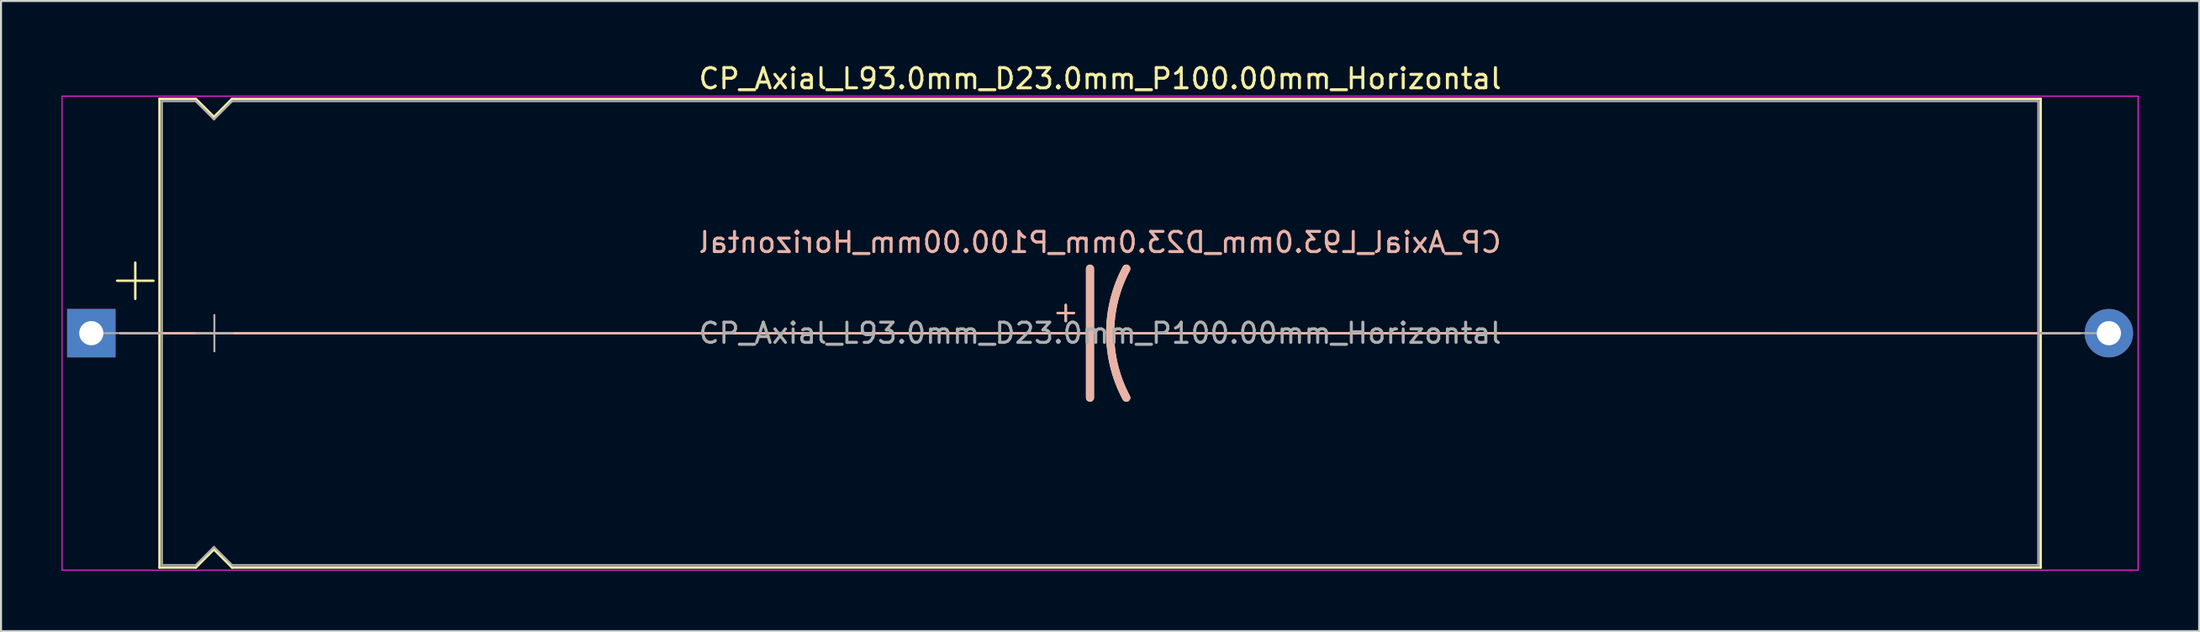
<source format=kicad_pcb>
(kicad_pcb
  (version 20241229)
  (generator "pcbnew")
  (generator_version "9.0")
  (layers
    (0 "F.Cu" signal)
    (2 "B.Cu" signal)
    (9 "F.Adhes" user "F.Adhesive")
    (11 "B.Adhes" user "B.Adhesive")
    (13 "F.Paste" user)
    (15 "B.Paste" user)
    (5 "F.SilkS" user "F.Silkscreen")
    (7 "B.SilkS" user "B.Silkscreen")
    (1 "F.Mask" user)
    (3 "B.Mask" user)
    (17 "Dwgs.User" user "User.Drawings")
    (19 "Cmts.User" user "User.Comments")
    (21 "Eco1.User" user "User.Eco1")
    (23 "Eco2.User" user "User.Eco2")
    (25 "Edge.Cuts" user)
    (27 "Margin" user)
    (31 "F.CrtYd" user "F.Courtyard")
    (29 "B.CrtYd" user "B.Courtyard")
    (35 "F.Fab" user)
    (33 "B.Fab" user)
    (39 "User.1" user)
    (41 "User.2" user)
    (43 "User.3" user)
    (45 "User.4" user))
  (footprint "CP_Axial_L93.0mm_D23.0mm_P100.00mm_Horizontal"
    (layer "F.Cu")
    (at 1.475 13.468)
    (property "Reference" "CP_Axial_L93.0mm_D23.0mm_P100.00mm_Horizontal" (at 50 -12.62 0) (layer "F.SilkS") (effects (font (size 1 1) (thickness 0.15))))
    (fp_line (start 1.28 -2.6) (end 3.08 -2.6) (stroke (width 0.12) (type solid)) (layer "F.SilkS"))
    (fp_line (start 1.44 0) (end 3.38 0) (stroke (width 0.12) (type solid)) (layer "F.SilkS"))
    (fp_line (start 2.18 -3.5) (end 2.18 -1.7) (stroke (width 0.12) (type solid)) (layer "F.SilkS"))
    (fp_line (start 3.38 -11.62) (end 3.38 11.62) (stroke (width 0.12) (type solid)) (layer "F.SilkS"))
    (fp_line (start 3.38 -11.62) (end 5.18 -11.62) (stroke (width 0.12) (type solid)) (layer "F.SilkS"))
    (fp_line (start 3.38 0) (end 49.5 0) (stroke (width 0.12) (type solid)) (layer "F.SilkS"))
    (fp_line (start 3.38 11.62) (end 5.18 11.62) (stroke (width 0.12) (type solid)) (layer "F.SilkS"))
    (fp_line (start 5.18 -11.62) (end 6.08 -10.72) (stroke (width 0.12) (type solid)) (layer "F.SilkS"))
    (fp_line (start 5.18 11.62) (end 6.08 10.72) (stroke (width 0.12) (type solid)) (layer "F.SilkS"))
    (fp_line (start 6.08 -10.72) (end 6.98 -11.62) (stroke (width 0.12) (type solid)) (layer "F.SilkS"))
    (fp_line (start 6.08 10.72) (end 6.98 11.62) (stroke (width 0.12) (type solid)) (layer "F.SilkS"))
    (fp_line (start 6.98 -11.62) (end 96.62 -11.62) (stroke (width 0.12) (type solid)) (layer "F.SilkS"))
    (fp_line (start 6.98 11.62) (end 96.62 11.62) (stroke (width 0.12) (type solid)) (layer "F.SilkS"))
    (fp_line (start 47.9 -1) (end 48.7 -1) (stroke (width 0.12) (type solid)) (layer "F.SilkS"))
    (fp_line (start 48.3 -1.4) (end 48.3 -0.6) (stroke (width 0.12) (type solid)) (layer "F.SilkS"))
    (fp_line (start 49.5 0) (end 49.5 -3.2) (stroke (width 0.4) (type solid)) (layer "F.SilkS"))
    (fp_line (start 49.5 0) (end 49.5 3.2) (stroke (width 0.4) (type solid)) (layer "F.SilkS"))
    (fp_line (start 96.62 -11.62) (end 96.62 11.62) (stroke (width 0.12) (type solid)) (layer "F.SilkS"))
    (fp_line (start 96.62 0) (end 50.5 0) (stroke (width 0.12) (type solid)) (layer "F.SilkS"))
    (fp_line (start 98.56 0) (end 96.62 0) (stroke (width 0.12) (type solid)) (layer "F.SilkS"))
    (fp_arc (start 50.5 0) (mid 50.703545 -1.649114) (end 51.3 -3.2) (stroke (width 0.4) (type solid)) (layer "F.SilkS"))
    (fp_arc (start 51.3 3.2) (mid 50.700704 1.649824) (end 50.5 0) (stroke (width 0.4) (type solid)) (layer "F.SilkS"))
    (fp_line (start 1.5 0) (end 16.38 0) (stroke (width 0.12) (type solid)) (layer "B.SilkS"))
    (fp_line (start 3.38 0) (end 49.5 0) (stroke (width 0.12) (type solid)) (layer "B.SilkS"))
    (fp_line (start 47.9 -1) (end 48.7 -1) (stroke (width 0.12) (type solid)) (layer "B.SilkS"))
    (fp_line (start 48.3 -0.6) (end 48.3 -1.4) (stroke (width 0.12) (type solid)) (layer "B.SilkS"))
    (fp_line (start 49.5 0) (end 49.5 -3.2) (stroke (width 0.4) (type solid)) (layer "B.SilkS"))
    (fp_line (start 49.5 0) (end 49.5 3.2) (stroke (width 0.4) (type solid)) (layer "B.SilkS"))
    (fp_line (start 96.62 0) (end 50.5 0) (stroke (width 0.12) (type solid)) (layer "B.SilkS"))
    (fp_line (start 98.5 0) (end 83.62 0) (stroke (width 0.12) (type solid)) (layer "B.SilkS"))
    (fp_arc (start 50.5 0) (mid 50.700703 -1.649824) (end 51.3 -3.2) (stroke (width 0.4) (type solid)) (layer "B.SilkS"))
    (fp_arc (start 51.3 3.2) (mid 50.703544 1.649114) (end 50.5 0) (stroke (width 0.4) (type solid)) (layer "B.SilkS"))
    (fp_line (start -1.45 -11.75) (end -1.45 11.75) (stroke (width 0.05) (type solid)) (layer "F.CrtYd"))
    (fp_line (start -1.45 11.75) (end 101.45 11.75) (stroke (width 0.05) (type solid)) (layer "F.CrtYd"))
    (fp_line (start 101.45 -11.75) (end -1.45 -11.75) (stroke (width 0.05) (type solid)) (layer "F.CrtYd"))
    (fp_line (start 101.45 11.75) (end 101.45 -11.75) (stroke (width 0.05) (type solid)) (layer "F.CrtYd"))
    (fp_line (start 0 0) (end 3.5 0) (stroke (width 0.1) (type solid)) (layer "F.Fab"))
    (fp_line (start 3.5 -11.5) (end 3.5 11.5) (stroke (width 0.1) (type solid)) (layer "F.Fab"))
    (fp_line (start 3.5 -11.5) (end 5.18 -11.5) (stroke (width 0.1) (type solid)) (layer "F.Fab"))
    (fp_line (start 3.5 11.5) (end 5.18 11.5) (stroke (width 0.1) (type solid)) (layer "F.Fab"))
    (fp_line (start 5.18 -11.5) (end 6.08 -10.6) (stroke (width 0.1) (type solid)) (layer "F.Fab"))
    (fp_line (start 5.18 11.5) (end 6.08 10.6) (stroke (width 0.1) (type solid)) (layer "F.Fab"))
    (fp_line (start 5.2 0) (end 7 0) (stroke (width 0.1) (type solid)) (layer "F.Fab"))
    (fp_line (start 6.08 -10.6) (end 6.98 -11.5) (stroke (width 0.1) (type solid)) (layer "F.Fab"))
    (fp_line (start 6.08 10.6) (end 6.98 11.5) (stroke (width 0.1) (type solid)) (layer "F.Fab"))
    (fp_line (start 6.1 -0.9) (end 6.1 0.9) (stroke (width 0.1) (type solid)) (layer "F.Fab"))
    (fp_line (start 6.98 -11.5) (end 96.5 -11.5) (stroke (width 0.1) (type solid)) (layer "F.Fab"))
    (fp_line (start 6.98 11.5) (end 96.5 11.5) (stroke (width 0.1) (type solid)) (layer "F.Fab"))
    (fp_line (start 96.5 -11.5) (end 96.5 11.5) (stroke (width 0.1) (type solid)) (layer "F.Fab"))
    (fp_line (start 100 0) (end 96.5 0) (stroke (width 0.1) (type solid)) (layer "F.Fab"))
    (fp_text user "${REFERENCE}" (at 50 -4.5 0) (layer "B.SilkS") (effects (font (size 1 1) (thickness 0.15)) (justify mirror)))
    (fp_text user "${REFERENCE}" (at 50 0 0) (layer "F.Fab") (effects (font (size 1 1) (thickness 0.15))))
    (pad "1" thru_hole rect (at 0 0) (size 2.4 2.4) (drill 1.2) (layers "*.Cu" "*.Mask"))
    (pad "2" thru_hole oval (at 100 0) (size 2.4 2.4) (drill 1.2) (layers "*.Cu" "*.Mask")))
  (gr_rect
    (start -3 -3)
    (end 105.95 28.243)
    (stroke (width 0.1) (type default))
    (fill no)
    (layer "Edge.Cuts")))
</source>
